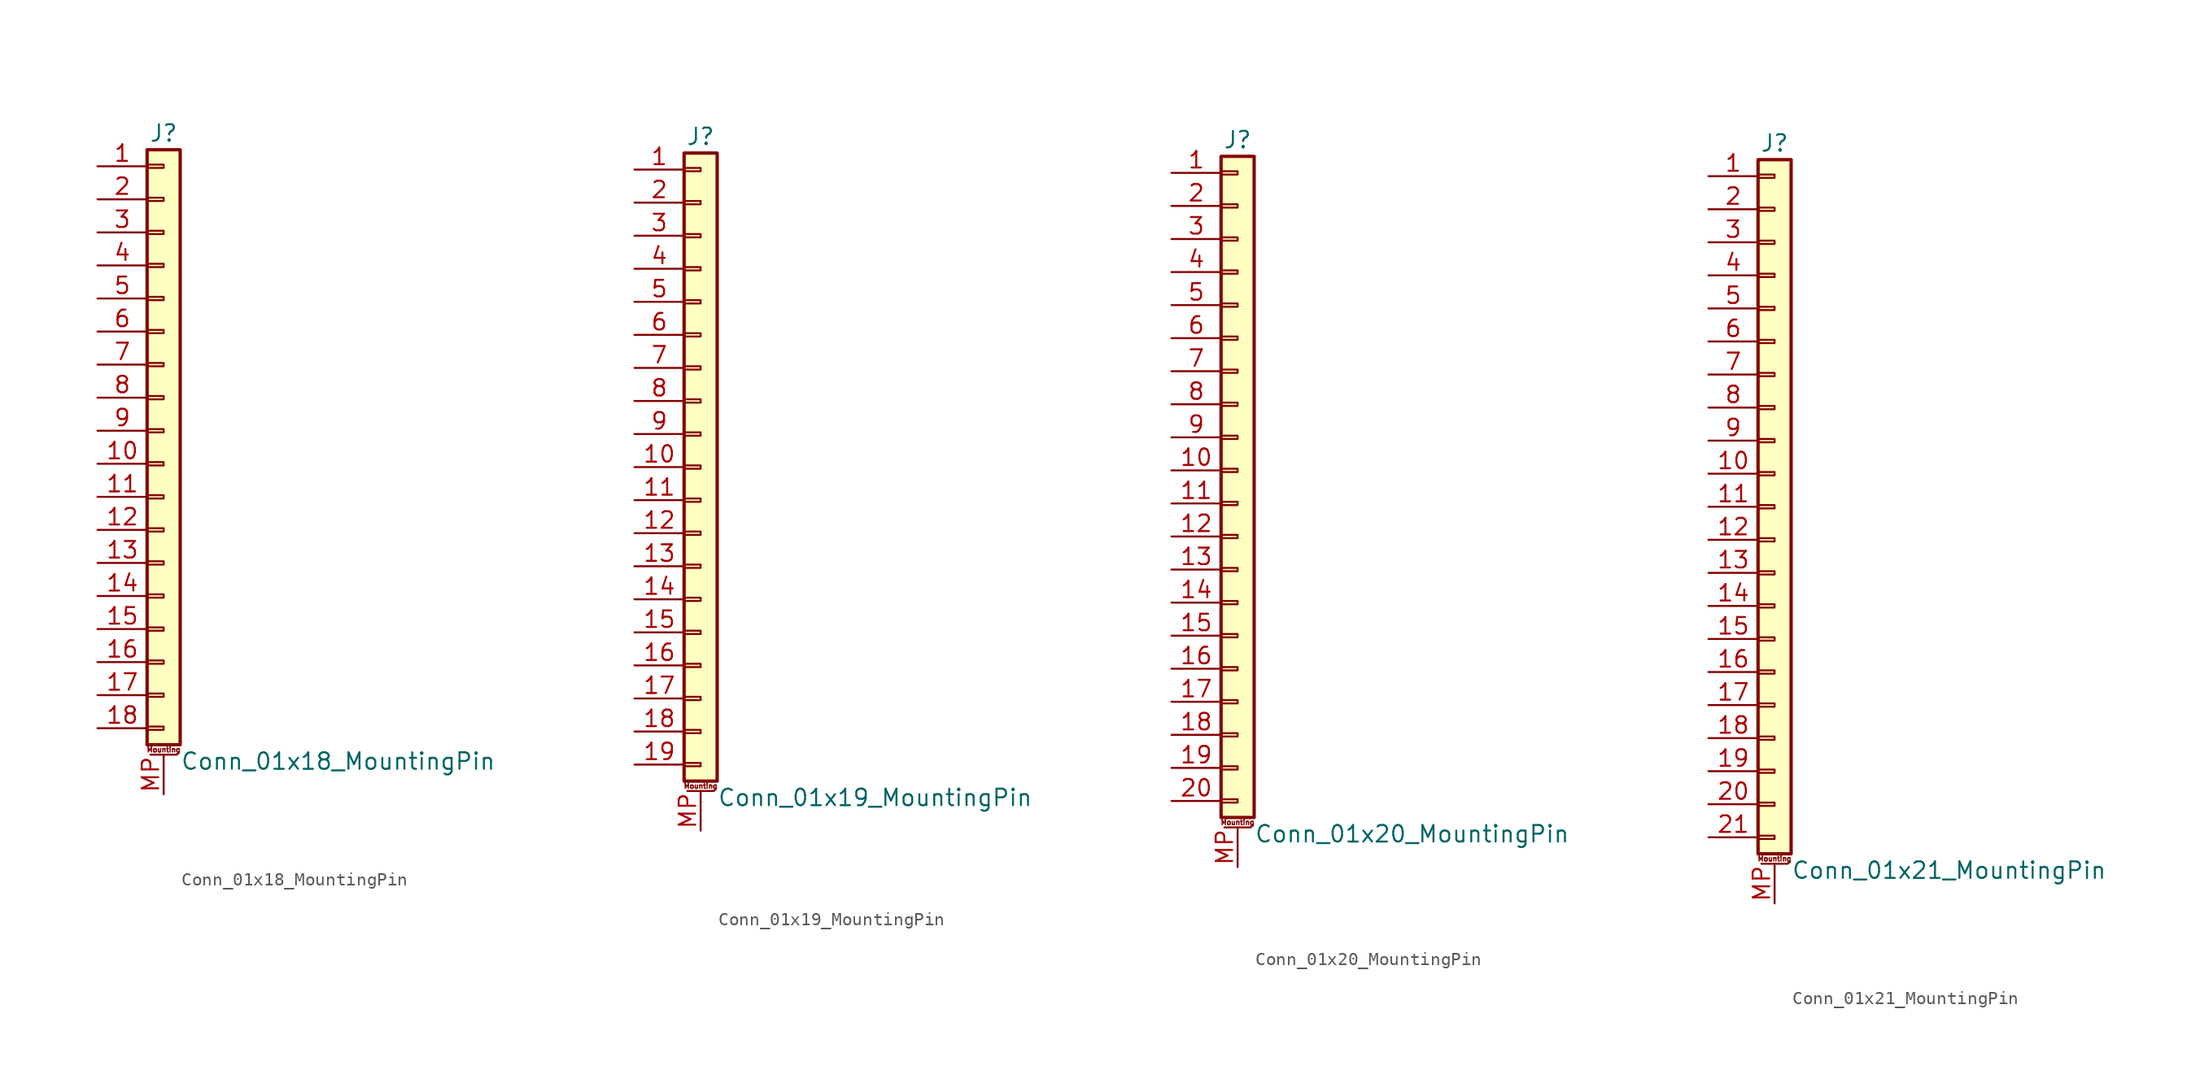
<source format=kicad_sym>
(kicad_symbol_lib
  (version 20201005)
  (generator kicad_symbol_editor)
  (symbol "Connector_Generic_MountingPin:Conn_01x18_MountingPin"
    (pin_names
      (offset 1.016) hide)
    (property "Reference" "J"
      (at 0 22.86 0)
      (effects (font (size 1.27 1.27))))
    (property "Value" "Conn_01x18_MountingPin"
      (at 1.27 -25.4 0)
      (effects (font (size 1.27 1.27)) (justify left)))
    (symbol "Conn_01x18_MountingPin_1_1"
      (text "Mounting" (at 0 -24.511 0) (effects (font (size 0.381 0.381))))
      (rectangle (start -1.27 -4.953) (end 0 -5.207) (stroke (width 0.152)) (fill (type none)))
      (rectangle (start -1.27 -7.493) (end 0 -7.747) (stroke (width 0.152)) (fill (type none)))
      (rectangle (start -1.27 -10.033) (end 0 -10.287) (stroke (width 0.152)) (fill (type none)))
      (rectangle (start -1.27 -12.573) (end 0 -12.827) (stroke (width 0.152)) (fill (type none)))
      (rectangle (start -1.27 -15.113) (end 0 -15.367) (stroke (width 0.152)) (fill (type none)))
      (rectangle (start -1.27 -17.653) (end 0 -17.907) (stroke (width 0.152)) (fill (type none)))
      (rectangle (start -1.27 -20.193) (end 0 -20.447) (stroke (width 0.152)) (fill (type none)))
      (rectangle (start -1.27 -22.733) (end 0 -22.987) (stroke (width 0.152)) (fill (type none)))
      (rectangle (start -1.27 -2.413) (end 0 -2.667) (stroke (width 0.152)) (fill (type none)))
      (rectangle (start -1.27 2.667) (end 0 2.413) (stroke (width 0.152)) (fill (type none)))
      (rectangle (start -1.27 5.207) (end 0 4.953) (stroke (width 0.152)) (fill (type none)))
      (rectangle (start -1.27 7.747) (end 0 7.493) (stroke (width 0.152)) (fill (type none)))
      (rectangle (start -1.27 10.287) (end 0 10.033) (stroke (width 0.152)) (fill (type none)))
      (rectangle (start -1.27 0.127) (end 0 -0.127) (stroke (width 0.152)) (fill (type none)))
      (rectangle (start -1.27 12.827) (end 0 12.573) (stroke (width 0.152)) (fill (type none)))
      (rectangle (start -1.27 15.367) (end 0 15.113) (stroke (width 0.152)) (fill (type none)))
      (rectangle (start -1.27 17.907) (end 0 17.653) (stroke (width 0.152)) (fill (type none)))
      (rectangle (start -1.27 20.447) (end 0 20.193) (stroke (width 0.152)) (fill (type none)))
      (rectangle (start -1.27 21.59) (end 1.27 -24.13) (stroke (width 0.254)) (fill (type background)))
      (polyline (pts (xy -1.016 -24.892) (xy 1.016 -24.892)) (stroke (width 0.152)) (fill (type none)))
      (pin passive line (at 0 -27.94 90) (length 3.048) (name "MountPin" (effects (font (size 1.27 1.27)))) (number "MP" (effects (font (size 1.27 1.27)))))
      (pin passive line (at -5.08 20.32 0) (length 3.81) (name "Pin_1" (effects (font (size 1.27 1.27)))) (number "1" (effects (font (size 1.27 1.27)))))
      (pin passive line (at -5.08 -2.54 0) (length 3.81) (name "Pin_10" (effects (font (size 1.27 1.27)))) (number "10" (effects (font (size 1.27 1.27)))))
      (pin passive line (at -5.08 -5.08 0) (length 3.81) (name "Pin_11" (effects (font (size 1.27 1.27)))) (number "11" (effects (font (size 1.27 1.27)))))
      (pin passive line (at -5.08 -7.62 0) (length 3.81) (name "Pin_12" (effects (font (size 1.27 1.27)))) (number "12" (effects (font (size 1.27 1.27)))))
      (pin passive line (at -5.08 -10.16 0) (length 3.81) (name "Pin_13" (effects (font (size 1.27 1.27)))) (number "13" (effects (font (size 1.27 1.27)))))
      (pin passive line (at -5.08 -12.7 0) (length 3.81) (name "Pin_14" (effects (font (size 1.27 1.27)))) (number "14" (effects (font (size 1.27 1.27)))))
      (pin passive line (at -5.08 -15.24 0) (length 3.81) (name "Pin_15" (effects (font (size 1.27 1.27)))) (number "15" (effects (font (size 1.27 1.27)))))
      (pin passive line (at -5.08 -17.78 0) (length 3.81) (name "Pin_16" (effects (font (size 1.27 1.27)))) (number "16" (effects (font (size 1.27 1.27)))))
      (pin passive line (at -5.08 -20.32 0) (length 3.81) (name "Pin_17" (effects (font (size 1.27 1.27)))) (number "17" (effects (font (size 1.27 1.27)))))
      (pin passive line (at -5.08 -22.86 0) (length 3.81) (name "Pin_18" (effects (font (size 1.27 1.27)))) (number "18" (effects (font (size 1.27 1.27)))))
      (pin passive line (at -5.08 17.78 0) (length 3.81) (name "Pin_2" (effects (font (size 1.27 1.27)))) (number "2" (effects (font (size 1.27 1.27)))))
      (pin passive line (at -5.08 15.24 0) (length 3.81) (name "Pin_3" (effects (font (size 1.27 1.27)))) (number "3" (effects (font (size 1.27 1.27)))))
      (pin passive line (at -5.08 12.7 0) (length 3.81) (name "Pin_4" (effects (font (size 1.27 1.27)))) (number "4" (effects (font (size 1.27 1.27)))))
      (pin passive line (at -5.08 10.16 0) (length 3.81) (name "Pin_5" (effects (font (size 1.27 1.27)))) (number "5" (effects (font (size 1.27 1.27)))))
      (pin passive line (at -5.08 7.62 0) (length 3.81) (name "Pin_6" (effects (font (size 1.27 1.27)))) (number "6" (effects (font (size 1.27 1.27)))))
      (pin passive line (at -5.08 5.08 0) (length 3.81) (name "Pin_7" (effects (font (size 1.27 1.27)))) (number "7" (effects (font (size 1.27 1.27)))))
      (pin passive line (at -5.08 2.54 0) (length 3.81) (name "Pin_8" (effects (font (size 1.27 1.27)))) (number "8" (effects (font (size 1.27 1.27)))))
      (pin passive line (at -5.08 0 0) (length 3.81) (name "Pin_9" (effects (font (size 1.27 1.27)))) (number "9" (effects (font (size 1.27 1.27)))))))
  (symbol "Connector_Generic_MountingPin:Conn_01x19_MountingPin"
    (pin_names
      (offset 1.016) hide)
    (property "Reference" "J"
      (at 0 25.4 0)
      (effects (font (size 1.27 1.27))))
    (property "Value" "Conn_01x19_MountingPin"
      (at 1.27 -25.4 0)
      (effects (font (size 1.27 1.27)) (justify left)))
    (symbol "Conn_01x19_MountingPin_1_1"
      (text "Mounting" (at 0 -24.511 0) (effects (font (size 0.381 0.381))))
      (rectangle (start -1.27 -4.953) (end 0 -5.207) (stroke (width 0.152)) (fill (type none)))
      (rectangle (start -1.27 -7.493) (end 0 -7.747) (stroke (width 0.152)) (fill (type none)))
      (rectangle (start -1.27 -10.033) (end 0 -10.287) (stroke (width 0.152)) (fill (type none)))
      (rectangle (start -1.27 -12.573) (end 0 -12.827) (stroke (width 0.152)) (fill (type none)))
      (rectangle (start -1.27 -15.113) (end 0 -15.367) (stroke (width 0.152)) (fill (type none)))
      (rectangle (start -1.27 -17.653) (end 0 -17.907) (stroke (width 0.152)) (fill (type none)))
      (rectangle (start -1.27 -20.193) (end 0 -20.447) (stroke (width 0.152)) (fill (type none)))
      (rectangle (start -1.27 -22.733) (end 0 -22.987) (stroke (width 0.152)) (fill (type none)))
      (rectangle (start -1.27 -2.413) (end 0 -2.667) (stroke (width 0.152)) (fill (type none)))
      (rectangle (start -1.27 2.667) (end 0 2.413) (stroke (width 0.152)) (fill (type none)))
      (rectangle (start -1.27 5.207) (end 0 4.953) (stroke (width 0.152)) (fill (type none)))
      (rectangle (start -1.27 7.747) (end 0 7.493) (stroke (width 0.152)) (fill (type none)))
      (rectangle (start -1.27 10.287) (end 0 10.033) (stroke (width 0.152)) (fill (type none)))
      (rectangle (start -1.27 0.127) (end 0 -0.127) (stroke (width 0.152)) (fill (type none)))
      (rectangle (start -1.27 12.827) (end 0 12.573) (stroke (width 0.152)) (fill (type none)))
      (rectangle (start -1.27 15.367) (end 0 15.113) (stroke (width 0.152)) (fill (type none)))
      (rectangle (start -1.27 17.907) (end 0 17.653) (stroke (width 0.152)) (fill (type none)))
      (rectangle (start -1.27 20.447) (end 0 20.193) (stroke (width 0.152)) (fill (type none)))
      (rectangle (start -1.27 22.987) (end 0 22.733) (stroke (width 0.152)) (fill (type none)))
      (rectangle (start -1.27 24.13) (end 1.27 -24.13) (stroke (width 0.254)) (fill (type background)))
      (polyline (pts (xy -1.016 -24.892) (xy 1.016 -24.892)) (stroke (width 0.152)) (fill (type none)))
      (pin passive line (at 0 -27.94 90) (length 3.048) (name "MountPin" (effects (font (size 1.27 1.27)))) (number "MP" (effects (font (size 1.27 1.27)))))
      (pin passive line (at -5.08 22.86 0) (length 3.81) (name "Pin_1" (effects (font (size 1.27 1.27)))) (number "1" (effects (font (size 1.27 1.27)))))
      (pin passive line (at -5.08 0 0) (length 3.81) (name "Pin_10" (effects (font (size 1.27 1.27)))) (number "10" (effects (font (size 1.27 1.27)))))
      (pin passive line (at -5.08 -2.54 0) (length 3.81) (name "Pin_11" (effects (font (size 1.27 1.27)))) (number "11" (effects (font (size 1.27 1.27)))))
      (pin passive line (at -5.08 -5.08 0) (length 3.81) (name "Pin_12" (effects (font (size 1.27 1.27)))) (number "12" (effects (font (size 1.27 1.27)))))
      (pin passive line (at -5.08 -7.62 0) (length 3.81) (name "Pin_13" (effects (font (size 1.27 1.27)))) (number "13" (effects (font (size 1.27 1.27)))))
      (pin passive line (at -5.08 -10.16 0) (length 3.81) (name "Pin_14" (effects (font (size 1.27 1.27)))) (number "14" (effects (font (size 1.27 1.27)))))
      (pin passive line (at -5.08 -12.7 0) (length 3.81) (name "Pin_15" (effects (font (size 1.27 1.27)))) (number "15" (effects (font (size 1.27 1.27)))))
      (pin passive line (at -5.08 -15.24 0) (length 3.81) (name "Pin_16" (effects (font (size 1.27 1.27)))) (number "16" (effects (font (size 1.27 1.27)))))
      (pin passive line (at -5.08 -17.78 0) (length 3.81) (name "Pin_17" (effects (font (size 1.27 1.27)))) (number "17" (effects (font (size 1.27 1.27)))))
      (pin passive line (at -5.08 -20.32 0) (length 3.81) (name "Pin_18" (effects (font (size 1.27 1.27)))) (number "18" (effects (font (size 1.27 1.27)))))
      (pin passive line (at -5.08 -22.86 0) (length 3.81) (name "Pin_19" (effects (font (size 1.27 1.27)))) (number "19" (effects (font (size 1.27 1.27)))))
      (pin passive line (at -5.08 20.32 0) (length 3.81) (name "Pin_2" (effects (font (size 1.27 1.27)))) (number "2" (effects (font (size 1.27 1.27)))))
      (pin passive line (at -5.08 17.78 0) (length 3.81) (name "Pin_3" (effects (font (size 1.27 1.27)))) (number "3" (effects (font (size 1.27 1.27)))))
      (pin passive line (at -5.08 15.24 0) (length 3.81) (name "Pin_4" (effects (font (size 1.27 1.27)))) (number "4" (effects (font (size 1.27 1.27)))))
      (pin passive line (at -5.08 12.7 0) (length 3.81) (name "Pin_5" (effects (font (size 1.27 1.27)))) (number "5" (effects (font (size 1.27 1.27)))))
      (pin passive line (at -5.08 10.16 0) (length 3.81) (name "Pin_6" (effects (font (size 1.27 1.27)))) (number "6" (effects (font (size 1.27 1.27)))))
      (pin passive line (at -5.08 7.62 0) (length 3.81) (name "Pin_7" (effects (font (size 1.27 1.27)))) (number "7" (effects (font (size 1.27 1.27)))))
      (pin passive line (at -5.08 5.08 0) (length 3.81) (name "Pin_8" (effects (font (size 1.27 1.27)))) (number "8" (effects (font (size 1.27 1.27)))))
      (pin passive line (at -5.08 2.54 0) (length 3.81) (name "Pin_9" (effects (font (size 1.27 1.27)))) (number "9" (effects (font (size 1.27 1.27)))))))
  (symbol "Connector_Generic_MountingPin:Conn_01x20_MountingPin"
    (pin_names
      (offset 1.016) hide)
    (property "Reference" "J"
      (at 0 25.4 0)
      (effects (font (size 1.27 1.27))))
    (property "Value" "Conn_01x20_MountingPin"
      (at 1.27 -27.94 0)
      (effects (font (size 1.27 1.27)) (justify left)))
    (symbol "Conn_01x20_MountingPin_1_1"
      (text "Mounting" (at 0 -27.051 0) (effects (font (size 0.381 0.381))))
      (rectangle (start -1.27 -4.953) (end 0 -5.207) (stroke (width 0.152)) (fill (type none)))
      (rectangle (start -1.27 -7.493) (end 0 -7.747) (stroke (width 0.152)) (fill (type none)))
      (rectangle (start -1.27 -10.033) (end 0 -10.287) (stroke (width 0.152)) (fill (type none)))
      (rectangle (start -1.27 -12.573) (end 0 -12.827) (stroke (width 0.152)) (fill (type none)))
      (rectangle (start -1.27 -15.113) (end 0 -15.367) (stroke (width 0.152)) (fill (type none)))
      (rectangle (start -1.27 -17.653) (end 0 -17.907) (stroke (width 0.152)) (fill (type none)))
      (rectangle (start -1.27 -20.193) (end 0 -20.447) (stroke (width 0.152)) (fill (type none)))
      (rectangle (start -1.27 -22.733) (end 0 -22.987) (stroke (width 0.152)) (fill (type none)))
      (rectangle (start -1.27 -2.413) (end 0 -2.667) (stroke (width 0.152)) (fill (type none)))
      (rectangle (start -1.27 -25.273) (end 0 -25.527) (stroke (width 0.152)) (fill (type none)))
      (rectangle (start -1.27 2.667) (end 0 2.413) (stroke (width 0.152)) (fill (type none)))
      (rectangle (start -1.27 5.207) (end 0 4.953) (stroke (width 0.152)) (fill (type none)))
      (rectangle (start -1.27 7.747) (end 0 7.493) (stroke (width 0.152)) (fill (type none)))
      (rectangle (start -1.27 10.287) (end 0 10.033) (stroke (width 0.152)) (fill (type none)))
      (rectangle (start -1.27 0.127) (end 0 -0.127) (stroke (width 0.152)) (fill (type none)))
      (rectangle (start -1.27 12.827) (end 0 12.573) (stroke (width 0.152)) (fill (type none)))
      (rectangle (start -1.27 15.367) (end 0 15.113) (stroke (width 0.152)) (fill (type none)))
      (rectangle (start -1.27 17.907) (end 0 17.653) (stroke (width 0.152)) (fill (type none)))
      (rectangle (start -1.27 20.447) (end 0 20.193) (stroke (width 0.152)) (fill (type none)))
      (rectangle (start -1.27 22.987) (end 0 22.733) (stroke (width 0.152)) (fill (type none)))
      (rectangle (start -1.27 24.13) (end 1.27 -26.67) (stroke (width 0.254)) (fill (type background)))
      (polyline (pts (xy -1.016 -27.432) (xy 1.016 -27.432)) (stroke (width 0.152)) (fill (type none)))
      (pin passive line (at 0 -30.48 90) (length 3.048) (name "MountPin" (effects (font (size 1.27 1.27)))) (number "MP" (effects (font (size 1.27 1.27)))))
      (pin passive line (at -5.08 22.86 0) (length 3.81) (name "Pin_1" (effects (font (size 1.27 1.27)))) (number "1" (effects (font (size 1.27 1.27)))))
      (pin passive line (at -5.08 0 0) (length 3.81) (name "Pin_10" (effects (font (size 1.27 1.27)))) (number "10" (effects (font (size 1.27 1.27)))))
      (pin passive line (at -5.08 -2.54 0) (length 3.81) (name "Pin_11" (effects (font (size 1.27 1.27)))) (number "11" (effects (font (size 1.27 1.27)))))
      (pin passive line (at -5.08 -5.08 0) (length 3.81) (name "Pin_12" (effects (font (size 1.27 1.27)))) (number "12" (effects (font (size 1.27 1.27)))))
      (pin passive line (at -5.08 -7.62 0) (length 3.81) (name "Pin_13" (effects (font (size 1.27 1.27)))) (number "13" (effects (font (size 1.27 1.27)))))
      (pin passive line (at -5.08 -10.16 0) (length 3.81) (name "Pin_14" (effects (font (size 1.27 1.27)))) (number "14" (effects (font (size 1.27 1.27)))))
      (pin passive line (at -5.08 -12.7 0) (length 3.81) (name "Pin_15" (effects (font (size 1.27 1.27)))) (number "15" (effects (font (size 1.27 1.27)))))
      (pin passive line (at -5.08 -15.24 0) (length 3.81) (name "Pin_16" (effects (font (size 1.27 1.27)))) (number "16" (effects (font (size 1.27 1.27)))))
      (pin passive line (at -5.08 -17.78 0) (length 3.81) (name "Pin_17" (effects (font (size 1.27 1.27)))) (number "17" (effects (font (size 1.27 1.27)))))
      (pin passive line (at -5.08 -20.32 0) (length 3.81) (name "Pin_18" (effects (font (size 1.27 1.27)))) (number "18" (effects (font (size 1.27 1.27)))))
      (pin passive line (at -5.08 -22.86 0) (length 3.81) (name "Pin_19" (effects (font (size 1.27 1.27)))) (number "19" (effects (font (size 1.27 1.27)))))
      (pin passive line (at -5.08 20.32 0) (length 3.81) (name "Pin_2" (effects (font (size 1.27 1.27)))) (number "2" (effects (font (size 1.27 1.27)))))
      (pin passive line (at -5.08 -25.4 0) (length 3.81) (name "Pin_20" (effects (font (size 1.27 1.27)))) (number "20" (effects (font (size 1.27 1.27)))))
      (pin passive line (at -5.08 17.78 0) (length 3.81) (name "Pin_3" (effects (font (size 1.27 1.27)))) (number "3" (effects (font (size 1.27 1.27)))))
      (pin passive line (at -5.08 15.24 0) (length 3.81) (name "Pin_4" (effects (font (size 1.27 1.27)))) (number "4" (effects (font (size 1.27 1.27)))))
      (pin passive line (at -5.08 12.7 0) (length 3.81) (name "Pin_5" (effects (font (size 1.27 1.27)))) (number "5" (effects (font (size 1.27 1.27)))))
      (pin passive line (at -5.08 10.16 0) (length 3.81) (name "Pin_6" (effects (font (size 1.27 1.27)))) (number "6" (effects (font (size 1.27 1.27)))))
      (pin passive line (at -5.08 7.62 0) (length 3.81) (name "Pin_7" (effects (font (size 1.27 1.27)))) (number "7" (effects (font (size 1.27 1.27)))))
      (pin passive line (at -5.08 5.08 0) (length 3.81) (name "Pin_8" (effects (font (size 1.27 1.27)))) (number "8" (effects (font (size 1.27 1.27)))))
      (pin passive line (at -5.08 2.54 0) (length 3.81) (name "Pin_9" (effects (font (size 1.27 1.27)))) (number "9" (effects (font (size 1.27 1.27)))))))
  (symbol "Connector_Generic_MountingPin:Conn_01x21_MountingPin"
    (pin_names
      (offset 1.016) hide)
    (property "Reference" "J"
      (at 0 27.94 0)
      (effects (font (size 1.27 1.27))))
    (property "Value" "Conn_01x21_MountingPin"
      (at 1.27 -27.94 0)
      (effects (font (size 1.27 1.27)) (justify left)))
    (symbol "Conn_01x21_MountingPin_1_1"
      (text "Mounting" (at 0 -27.051 0) (effects (font (size 0.381 0.381))))
      (rectangle (start -1.27 -4.953) (end 0 -5.207) (stroke (width 0.152)) (fill (type none)))
      (rectangle (start -1.27 -7.493) (end 0 -7.747) (stroke (width 0.152)) (fill (type none)))
      (rectangle (start -1.27 -10.033) (end 0 -10.287) (stroke (width 0.152)) (fill (type none)))
      (rectangle (start -1.27 -12.573) (end 0 -12.827) (stroke (width 0.152)) (fill (type none)))
      (rectangle (start -1.27 -15.113) (end 0 -15.367) (stroke (width 0.152)) (fill (type none)))
      (rectangle (start -1.27 -17.653) (end 0 -17.907) (stroke (width 0.152)) (fill (type none)))
      (rectangle (start -1.27 -20.193) (end 0 -20.447) (stroke (width 0.152)) (fill (type none)))
      (rectangle (start -1.27 -22.733) (end 0 -22.987) (stroke (width 0.152)) (fill (type none)))
      (rectangle (start -1.27 -2.413) (end 0 -2.667) (stroke (width 0.152)) (fill (type none)))
      (rectangle (start -1.27 -25.273) (end 0 -25.527) (stroke (width 0.152)) (fill (type none)))
      (rectangle (start -1.27 25.527) (end 0 25.273) (stroke (width 0.152)) (fill (type none)))
      (rectangle (start -1.27 2.667) (end 0 2.413) (stroke (width 0.152)) (fill (type none)))
      (rectangle (start -1.27 26.67) (end 1.27 -26.67) (stroke (width 0.254)) (fill (type background)))
      (rectangle (start -1.27 5.207) (end 0 4.953) (stroke (width 0.152)) (fill (type none)))
      (rectangle (start -1.27 7.747) (end 0 7.493) (stroke (width 0.152)) (fill (type none)))
      (rectangle (start -1.27 10.287) (end 0 10.033) (stroke (width 0.152)) (fill (type none)))
      (rectangle (start -1.27 0.127) (end 0 -0.127) (stroke (width 0.152)) (fill (type none)))
      (rectangle (start -1.27 12.827) (end 0 12.573) (stroke (width 0.152)) (fill (type none)))
      (rectangle (start -1.27 15.367) (end 0 15.113) (stroke (width 0.152)) (fill (type none)))
      (rectangle (start -1.27 17.907) (end 0 17.653) (stroke (width 0.152)) (fill (type none)))
      (rectangle (start -1.27 20.447) (end 0 20.193) (stroke (width 0.152)) (fill (type none)))
      (rectangle (start -1.27 22.987) (end 0 22.733) (stroke (width 0.152)) (fill (type none)))
      (polyline (pts (xy -1.016 -27.432) (xy 1.016 -27.432)) (stroke (width 0.152)) (fill (type none)))
      (pin passive line (at 0 -30.48 90) (length 3.048) (name "MountPin" (effects (font (size 1.27 1.27)))) (number "MP" (effects (font (size 1.27 1.27)))))
      (pin passive line (at -5.08 25.4 0) (length 3.81) (name "Pin_1" (effects (font (size 1.27 1.27)))) (number "1" (effects (font (size 1.27 1.27)))))
      (pin passive line (at -5.08 2.54 0) (length 3.81) (name "Pin_10" (effects (font (size 1.27 1.27)))) (number "10" (effects (font (size 1.27 1.27)))))
      (pin passive line (at -5.08 0 0) (length 3.81) (name "Pin_11" (effects (font (size 1.27 1.27)))) (number "11" (effects (font (size 1.27 1.27)))))
      (pin passive line (at -5.08 -2.54 0) (length 3.81) (name "Pin_12" (effects (font (size 1.27 1.27)))) (number "12" (effects (font (size 1.27 1.27)))))
      (pin passive line (at -5.08 -5.08 0) (length 3.81) (name "Pin_13" (effects (font (size 1.27 1.27)))) (number "13" (effects (font (size 1.27 1.27)))))
      (pin passive line (at -5.08 -7.62 0) (length 3.81) (name "Pin_14" (effects (font (size 1.27 1.27)))) (number "14" (effects (font (size 1.27 1.27)))))
      (pin passive line (at -5.08 -10.16 0) (length 3.81) (name "Pin_15" (effects (font (size 1.27 1.27)))) (number "15" (effects (font (size 1.27 1.27)))))
      (pin passive line (at -5.08 -12.7 0) (length 3.81) (name "Pin_16" (effects (font (size 1.27 1.27)))) (number "16" (effects (font (size 1.27 1.27)))))
      (pin passive line (at -5.08 -15.24 0) (length 3.81) (name "Pin_17" (effects (font (size 1.27 1.27)))) (number "17" (effects (font (size 1.27 1.27)))))
      (pin passive line (at -5.08 -17.78 0) (length 3.81) (name "Pin_18" (effects (font (size 1.27 1.27)))) (number "18" (effects (font (size 1.27 1.27)))))
      (pin passive line (at -5.08 -20.32 0) (length 3.81) (name "Pin_19" (effects (font (size 1.27 1.27)))) (number "19" (effects (font (size 1.27 1.27)))))
      (pin passive line (at -5.08 22.86 0) (length 3.81) (name "Pin_2" (effects (font (size 1.27 1.27)))) (number "2" (effects (font (size 1.27 1.27)))))
      (pin passive line (at -5.08 -22.86 0) (length 3.81) (name "Pin_20" (effects (font (size 1.27 1.27)))) (number "20" (effects (font (size 1.27 1.27)))))
      (pin passive line (at -5.08 -25.4 0) (length 3.81) (name "Pin_21" (effects (font (size 1.27 1.27)))) (number "21" (effects (font (size 1.27 1.27)))))
      (pin passive line (at -5.08 20.32 0) (length 3.81) (name "Pin_3" (effects (font (size 1.27 1.27)))) (number "3" (effects (font (size 1.27 1.27)))))
      (pin passive line (at -5.08 17.78 0) (length 3.81) (name "Pin_4" (effects (font (size 1.27 1.27)))) (number "4" (effects (font (size 1.27 1.27)))))
      (pin passive line (at -5.08 15.24 0) (length 3.81) (name "Pin_5" (effects (font (size 1.27 1.27)))) (number "5" (effects (font (size 1.27 1.27)))))
      (pin passive line (at -5.08 12.7 0) (length 3.81) (name "Pin_6" (effects (font (size 1.27 1.27)))) (number "6" (effects (font (size 1.27 1.27)))))
      (pin passive line (at -5.08 10.16 0) (length 3.81) (name "Pin_7" (effects (font (size 1.27 1.27)))) (number "7" (effects (font (size 1.27 1.27)))))
      (pin passive line (at -5.08 7.62 0) (length 3.81) (name "Pin_8" (effects (font (size 1.27 1.27)))) (number "8" (effects (font (size 1.27 1.27)))))
      (pin passive line (at -5.08 5.08 0) (length 3.81) (name "Pin_9" (effects (font (size 1.27 1.27)))) (number "9" (effects (font (size 1.27 1.27))))))))
</source>
